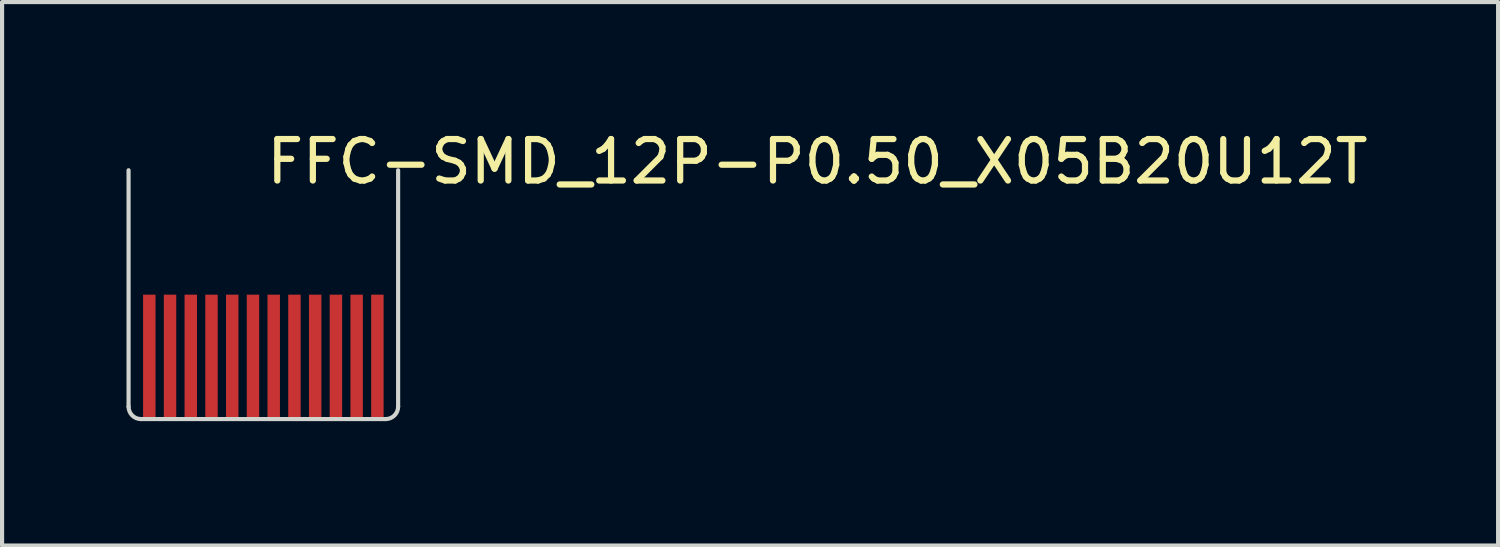
<source format=kicad_pcb>
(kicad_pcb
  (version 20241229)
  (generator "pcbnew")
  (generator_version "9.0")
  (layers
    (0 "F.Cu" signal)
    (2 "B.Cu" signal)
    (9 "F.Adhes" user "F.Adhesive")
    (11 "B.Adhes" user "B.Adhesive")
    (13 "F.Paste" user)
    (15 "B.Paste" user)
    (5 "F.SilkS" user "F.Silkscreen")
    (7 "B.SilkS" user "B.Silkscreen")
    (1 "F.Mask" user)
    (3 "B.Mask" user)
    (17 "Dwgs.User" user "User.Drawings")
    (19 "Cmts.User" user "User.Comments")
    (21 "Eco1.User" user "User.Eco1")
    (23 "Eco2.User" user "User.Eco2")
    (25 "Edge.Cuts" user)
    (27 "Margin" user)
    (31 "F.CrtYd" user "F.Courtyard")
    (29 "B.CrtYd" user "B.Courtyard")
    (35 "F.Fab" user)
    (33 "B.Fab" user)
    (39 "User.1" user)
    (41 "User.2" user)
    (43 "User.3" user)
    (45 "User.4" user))
  (footprint "FFC-SMD_12P-P0.50_X05B20U12T"
    (layer "F.Cu")
    (at 3.3 4.055)
    (property "Reference" "FFC-SMD_12P-P0.50_X05B20U12T" (at 0 -3.207 0) (layer "F.SilkS") (effects (font (size 1 1) (thickness 0.15)) (justify left)))
    (attr through_hole)
    (fp_line (start -3.25 2.7) (end -3.25 -3) (stroke (width 0.1) (type default)) (layer "Edge.Cuts"))
    (fp_line (start -2.95 3) (end 2.95 3) (stroke (width 0.1) (type default)) (layer "Edge.Cuts"))
    (fp_line (start 3.25 2.7) (end 3.25 -3) (stroke (width 0.1) (type default)) (layer "Edge.Cuts"))
    (fp_arc (start -2.95 3) (mid -3.162132 2.912132) (end -3.25 2.7) (stroke (width 0.1) (type default)) (layer "Edge.Cuts"))
    (fp_arc (start 3.25 2.7) (mid 3.162132 2.912132) (end 2.95 3) (stroke (width 0.1) (type default)) (layer "Edge.Cuts"))
    (fp_line (start -3.25 2.7) (end -3.25 -2.7) (stroke (width 0.05) (type default)) (layer "User.2"))
    (fp_line (start -2.95 3) (end 2.95 3) (stroke (width 0.05) (type default)) (layer "User.2"))
    (fp_line (start 2.95 -3) (end -2.95 -3) (stroke (width 0.05) (type default)) (layer "User.2"))
    (fp_line (start 3.25 2.7) (end 3.25 -2.7) (stroke (width 0.05) (type default)) (layer "User.2"))
    (fp_arc (start -3.25 -2.7) (mid -3.162132 -2.912132) (end -2.95 -3) (stroke (width 0.05) (type default)) (layer "User.2"))
    (fp_arc (start -2.95 3) (mid -3.162132 2.912132) (end -3.25 2.7) (stroke (width 0.05) (type default)) (layer "User.2"))
    (fp_arc (start 2.95 -3) (mid 3.162132 -2.912132) (end 3.25 -2.7) (stroke (width 0.05) (type default)) (layer "User.2"))
    (fp_arc (start 3.25 2.7) (mid 3.162132 2.912132) (end 2.95 3) (stroke (width 0.05) (type default)) (layer "User.2"))
    (pad "1" smd rect (at -2.75 1.5) (size 0.3 3) (layers "F.Cu" "F.Mask" "F.Paste"))
    (pad "2" smd rect (at -2.25 1.5) (size 0.3 3) (layers "F.Cu" "F.Mask" "F.Paste"))
    (pad "3" smd rect (at -1.75 1.5) (size 0.3 3) (layers "F.Cu" "F.Mask" "F.Paste"))
    (pad "4" smd rect (at -1.25 1.5) (size 0.3 3) (layers "F.Cu" "F.Mask" "F.Paste"))
    (pad "5" smd rect (at -0.75 1.5) (size 0.3 3) (layers "F.Cu" "F.Mask" "F.Paste"))
    (pad "6" smd rect (at -0.25 1.5) (size 0.3 3) (layers "F.Cu" "F.Mask" "F.Paste"))
    (pad "7" smd rect (at 0.25 1.5) (size 0.3 3) (layers "F.Cu" "F.Mask" "F.Paste"))
    (pad "8" smd rect (at 0.75 1.5) (size 0.3 3) (layers "F.Cu" "F.Mask" "F.Paste"))
    (pad "9" smd rect (at 1.25 1.5) (size 0.3 3) (layers "F.Cu" "F.Mask" "F.Paste"))
    (pad "10" smd rect (at 1.75 1.5) (size 0.3 3) (layers "F.Cu" "F.Mask" "F.Paste"))
    (pad "11" smd rect (at 2.25 1.5) (size 0.3 3) (layers "F.Cu" "F.Mask" "F.Paste"))
    (pad "12" smd rect (at 2.75 1.5) (size 0.3 3) (layers "F.Cu" "F.Mask" "F.Paste")))
  (gr_rect
    (start -3 -3)
    (end 33.074 10.105)
    (stroke (width 0.1) (type default))
    (fill no)
    (layer "Edge.Cuts")))
</source>
